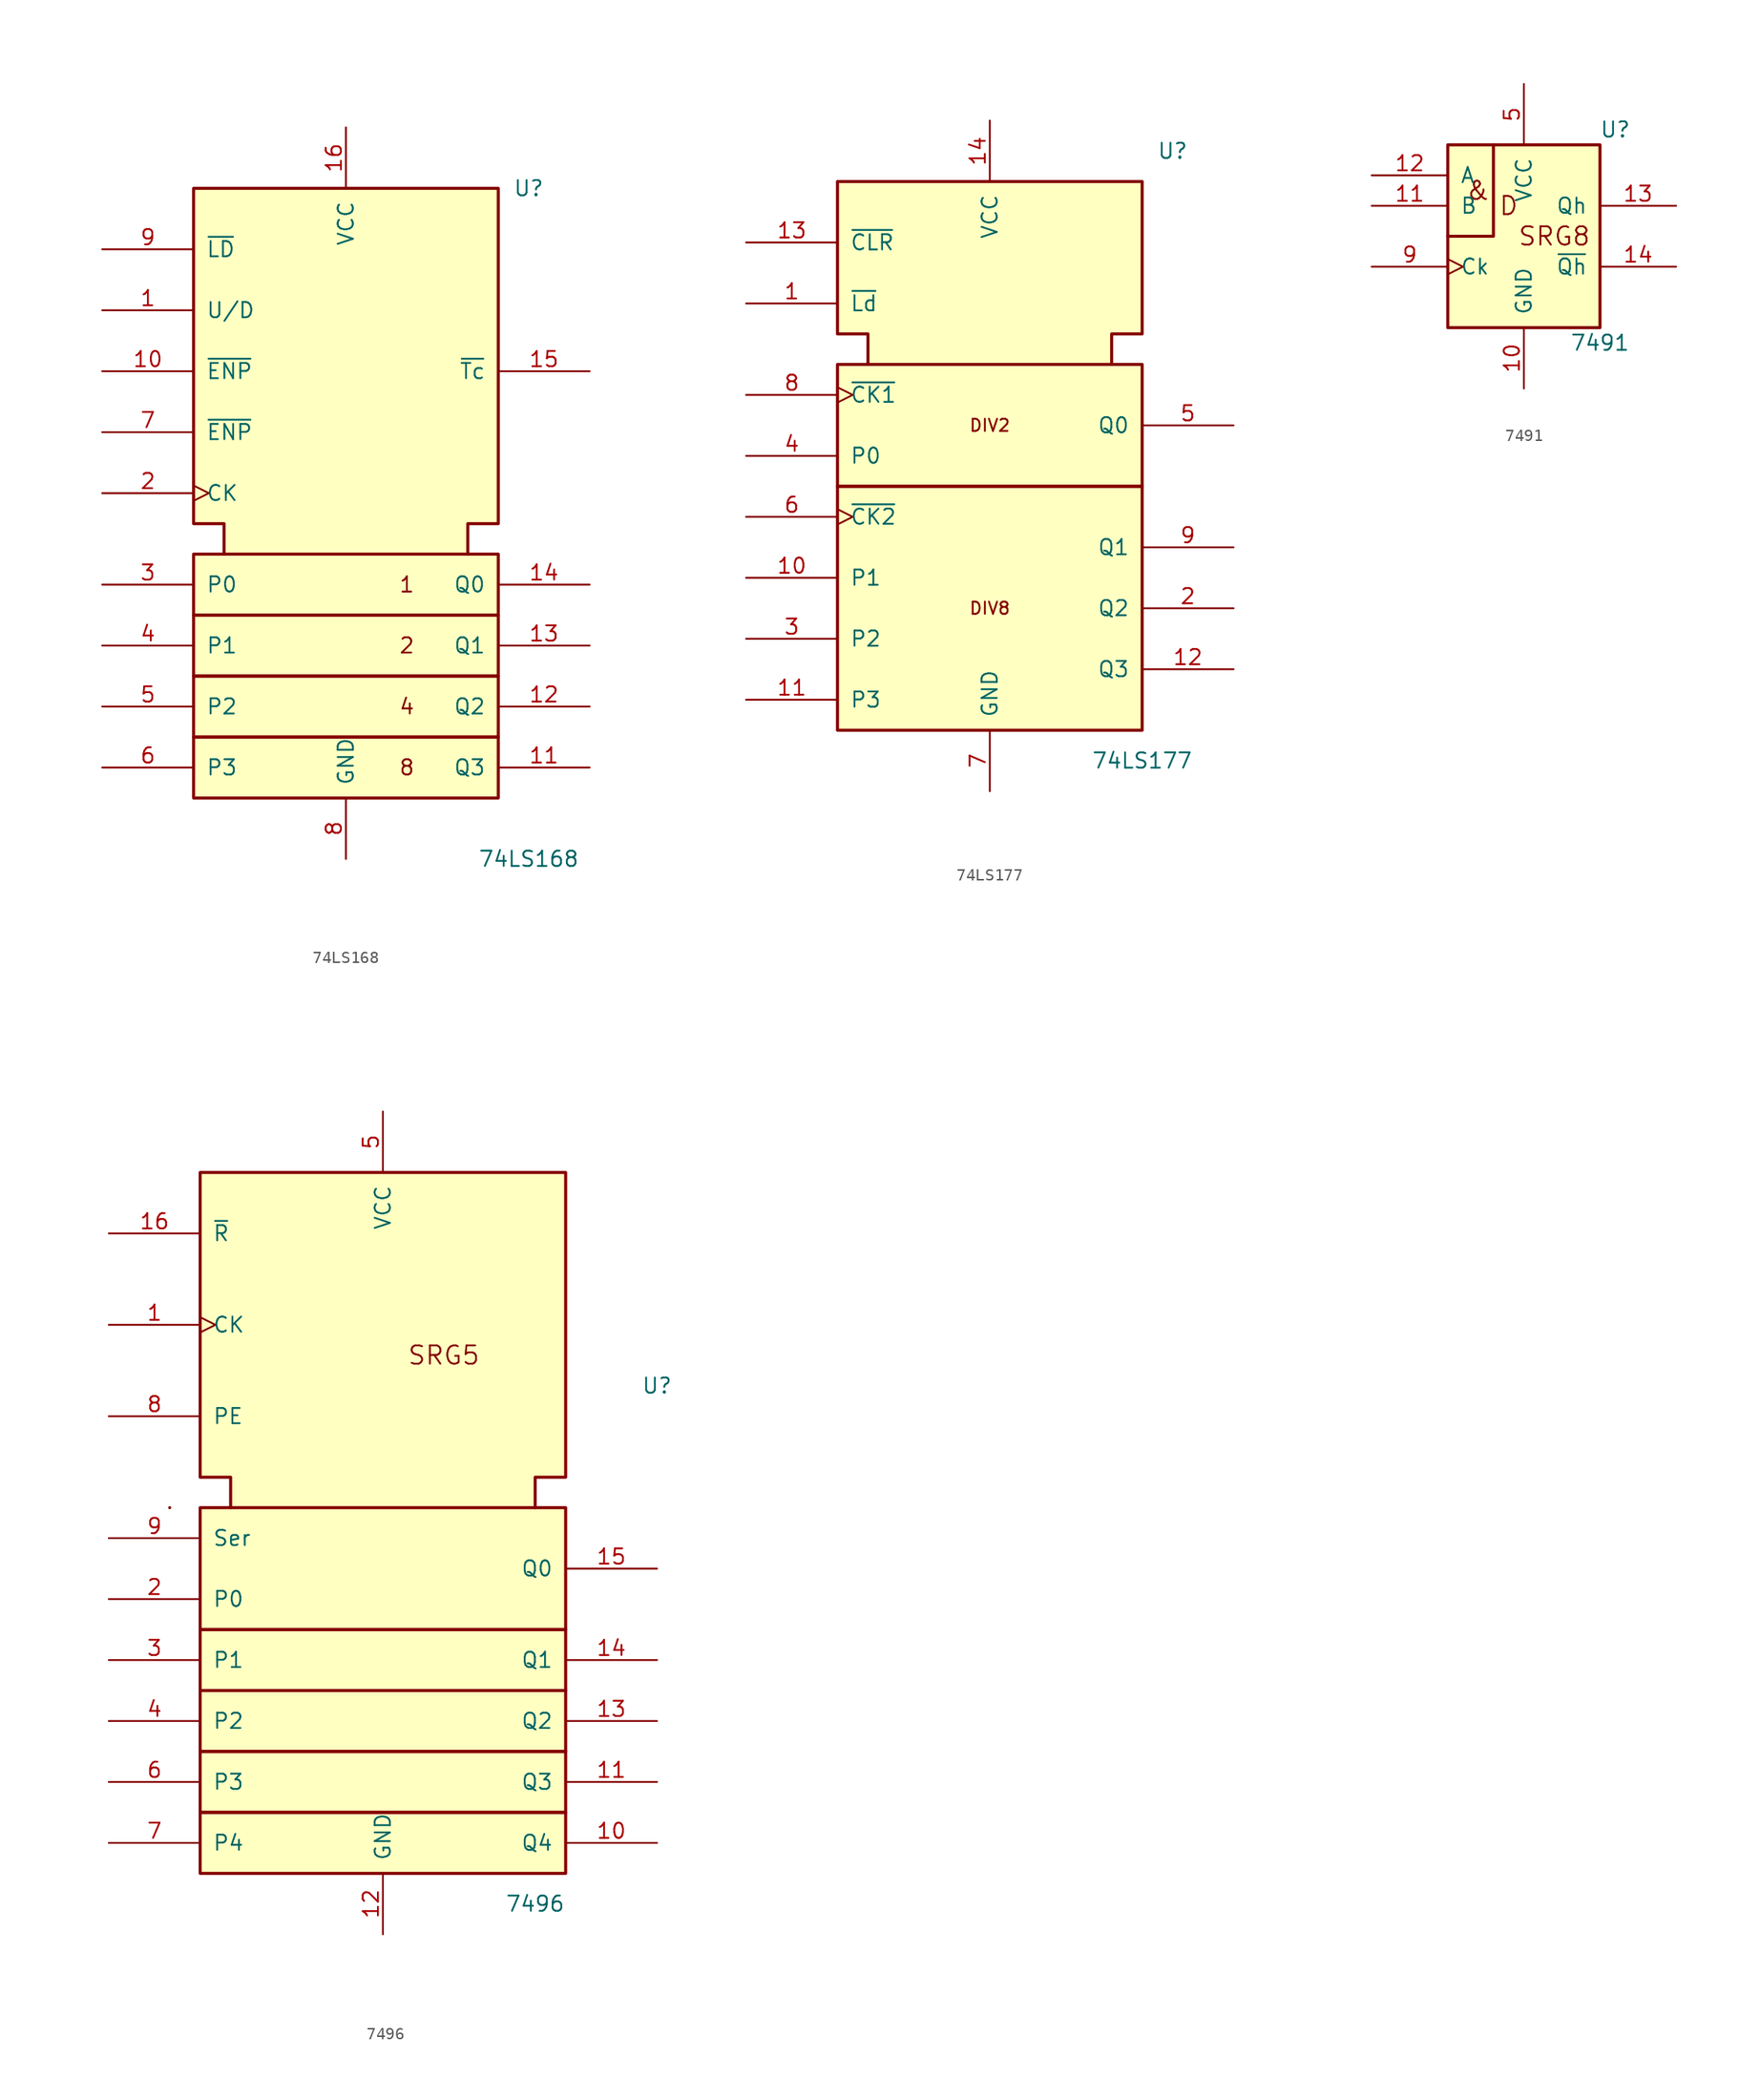
<source format=kicad_sym>
(kicad_symbol_lib
  (version 20231120)
  (generator "kicad_symbol_editor")
  (generator_version "8.0")
  (symbol "74LS168"
    (pin_names
      (offset 1.016))
    (property "Reference" "U"
      (at 15.24 27.94 0)
      (effects (font (size 1.27 1.27))))
    (property "Value" "74LS168"
      (at 15.24 -27.94 0)
      (effects (font (size 1.27 1.27))))
    (symbol "74LS168_0_0"
      (rectangle (start -12.7 -17.78) (end 12.7 -22.86) (stroke (width 0.254) (type default)) (fill (type background)))
      (rectangle (start -12.7 -12.7) (end 12.7 -17.78) (stroke (width 0.254) (type default)) (fill (type background)))
      (rectangle (start -12.7 -7.62) (end 12.7 -12.7) (stroke (width 0.254) (type default)) (fill (type background)))
      (rectangle (start -12.7 -2.54) (end 12.7 -7.62) (stroke (width 0.254) (type default)) (fill (type background)))
      (polyline (pts (xy -10.16 -2.54) (xy -10.16 0) (xy -12.7 0) (xy -12.7 27.94) (xy 12.7 27.94) (xy 12.7 0) (xy 10.16 0) (xy 10.16 -2.54) (xy 10.16 -2.54)) (stroke (width 0.254) (type default)) (fill (type background)))
      (text "1" (at 5.08 -5.08 0) (effects (font (size 1.27 1.27))))
      (text "2" (at 5.08 -10.16 0) (effects (font (size 1.27 1.27))))
      (text "4" (at 5.08 -15.24 0) (effects (font (size 1.27 1.27))))
      (text "8" (at 5.08 -20.32 0) (effects (font (size 1.27 1.27))))
      (pin power_in line (at 0 33.02 270) (length 5.08) (name "VCC" (effects (font (size 1.27 1.27)))) (number "16" (effects (font (size 1.27 1.27)))))
      (pin power_in line (at 0 -27.94 90) (length 5.08) (name "GND" (effects (font (size 1.27 1.27)))) (number "8" (effects (font (size 1.27 1.27))))))
    (symbol "74LS168_1_1"
      (pin input line (at -20.32 17.78 0) (length 7.62) (name "U/D" (effects (font (size 1.27 1.27)))) (number "1" (effects (font (size 1.27 1.27)))))
      (pin input line (at -20.32 12.7 0) (length 7.62) (name "~{ENP}" (effects (font (size 1.27 1.27)))) (number "10" (effects (font (size 1.27 1.27)))))
      (pin output line (at 20.32 -20.32 180) (length 7.62) (name "Q3" (effects (font (size 1.27 1.27)))) (number "11" (effects (font (size 1.27 1.27)))))
      (pin output line (at 20.32 -15.24 180) (length 7.62) (name "Q2" (effects (font (size 1.27 1.27)))) (number "12" (effects (font (size 1.27 1.27)))))
      (pin output line (at 20.32 -10.16 180) (length 7.62) (name "Q1" (effects (font (size 1.27 1.27)))) (number "13" (effects (font (size 1.27 1.27)))))
      (pin output line (at 20.32 -5.08 180) (length 7.62) (name "Q0" (effects (font (size 1.27 1.27)))) (number "14" (effects (font (size 1.27 1.27)))))
      (pin output line (at 20.32 12.7 180) (length 7.62) (name "~{Tc}" (effects (font (size 1.27 1.27)))) (number "15" (effects (font (size 1.27 1.27)))))
      (pin input clock (at -20.32 2.54 0) (length 7.62) (name "CK" (effects (font (size 1.27 1.27)))) (number "2" (effects (font (size 1.27 1.27)))))
      (pin input line (at -20.32 -5.08 0) (length 7.62) (name "P0" (effects (font (size 1.27 1.27)))) (number "3" (effects (font (size 1.27 1.27)))))
      (pin input line (at -20.32 -10.16 0) (length 7.62) (name "P1" (effects (font (size 1.27 1.27)))) (number "4" (effects (font (size 1.27 1.27)))))
      (pin input line (at -20.32 -15.24 0) (length 7.62) (name "P2" (effects (font (size 1.27 1.27)))) (number "5" (effects (font (size 1.27 1.27)))))
      (pin input line (at -20.32 -20.32 0) (length 7.62) (name "P3" (effects (font (size 1.27 1.27)))) (number "6" (effects (font (size 1.27 1.27)))))
      (pin input line (at -20.32 7.62 0) (length 7.62) (name "~{ENP}" (effects (font (size 1.27 1.27)))) (number "7" (effects (font (size 1.27 1.27)))))
      (pin input line (at -20.32 22.86 0) (length 7.62) (name "~{LD}" (effects (font (size 1.27 1.27)))) (number "9" (effects (font (size 1.27 1.27)))))))
  (symbol "74LS177"
    (pin_names
      (offset 1.016))
    (property "Reference" "U"
      (at 15.24 17.78 0)
      (effects (font (size 1.27 1.27))))
    (property "Value" "74LS177"
      (at 12.7 -33.02 0)
      (effects (font (size 1.27 1.27))))
    (symbol "74LS177_0_0"
      (rectangle (start -12.7 -10.16) (end 12.7 -30.48) (stroke (width 0.254) (type default)) (fill (type background)))
      (rectangle (start -12.7 0) (end 12.7 -10.16) (stroke (width 0.254) (type default)) (fill (type background)))
      (polyline (pts (xy -10.16 0) (xy -10.16 2.54) (xy -12.7 2.54) (xy -12.7 15.24) (xy 12.7 15.24) (xy 12.7 2.54) (xy 10.16 2.54) (xy 10.16 0) (xy 10.16 0)) (stroke (width 0.254) (type default)) (fill (type background)))
      (text "DIV2" (at 0 -5.08 0) (effects (font (size 1.016 1.016))))
      (text "DIV8" (at 0 -20.32 0) (effects (font (size 1.016 1.016))))
      (pin power_in line (at 0 20.32 270) (length 5.08) (name "VCC" (effects (font (size 1.27 1.27)))) (number "14" (effects (font (size 1.27 1.27)))))
      (pin power_in line (at 0 -35.56 90) (length 5.08) (name "GND" (effects (font (size 1.27 1.27)))) (number "7" (effects (font (size 1.27 1.27))))))
    (symbol "74LS177_1_1"
      (pin input line (at -20.32 5.08 0) (length 7.62) (name "~{Ld}" (effects (font (size 1.27 1.27)))) (number "1" (effects (font (size 1.27 1.27)))))
      (pin input line (at -20.32 -17.78 0) (length 7.62) (name "P1" (effects (font (size 1.27 1.27)))) (number "10" (effects (font (size 1.27 1.27)))))
      (pin input line (at -20.32 -27.94 0) (length 7.62) (name "P3" (effects (font (size 1.27 1.27)))) (number "11" (effects (font (size 1.27 1.27)))))
      (pin output line (at 20.32 -25.4 180) (length 7.62) (name "Q3" (effects (font (size 1.27 1.27)))) (number "12" (effects (font (size 1.27 1.27)))))
      (pin input line (at -20.32 10.16 0) (length 7.62) (name "~{CLR}" (effects (font (size 1.27 1.27)))) (number "13" (effects (font (size 1.27 1.27)))))
      (pin output line (at 20.32 -20.32 180) (length 7.62) (name "Q2" (effects (font (size 1.27 1.27)))) (number "2" (effects (font (size 1.27 1.27)))))
      (pin input line (at -20.32 -22.86 0) (length 7.62) (name "P2" (effects (font (size 1.27 1.27)))) (number "3" (effects (font (size 1.27 1.27)))))
      (pin input line (at -20.32 -7.62 0) (length 7.62) (name "P0" (effects (font (size 1.27 1.27)))) (number "4" (effects (font (size 1.27 1.27)))))
      (pin output line (at 20.32 -5.08 180) (length 7.62) (name "Q0" (effects (font (size 1.27 1.27)))) (number "5" (effects (font (size 1.27 1.27)))))
      (pin input clock (at -20.32 -12.7 0) (length 7.62) (name "~{CK2}" (effects (font (size 1.27 1.27)))) (number "6" (effects (font (size 1.27 1.27)))))
      (pin input clock (at -20.32 -2.54 0) (length 7.62) (name "~{CK1}" (effects (font (size 1.27 1.27)))) (number "8" (effects (font (size 1.27 1.27)))))
      (pin output line (at 20.32 -15.24 180) (length 7.62) (name "Q1" (effects (font (size 1.27 1.27)))) (number "9" (effects (font (size 1.27 1.27)))))))
  (symbol "7491"
    (pin_names
      (offset 1.016))
    (property "Reference" "U"
      (at 7.62 8.89 0)
      (effects (font (size 1.27 1.27))))
    (property "Value" "7491"
      (at 6.35 -8.89 0)
      (effects (font (size 1.27 1.27))))
    (symbol "7491_0_0"
      (text "&" (at -3.81 3.81 0) (effects (font (size 1.524 1.524))))
      (text "D" (at -1.27 2.54 0) (effects (font (size 1.524 1.524))))
      (text "SRG8" (at 2.54 0 0) (effects (font (size 1.524 1.524))))
      (pin power_in line (at 0 -12.7 90) (length 5.08) (name "GND" (effects (font (size 1.27 1.27)))) (number "10" (effects (font (size 1.27 1.27)))))
      (pin power_in line (at 0 12.7 270) (length 5.08) (name "VCC" (effects (font (size 1.27 1.27)))) (number "5" (effects (font (size 1.27 1.27))))))
    (symbol "7491_0_1"
      (rectangle (start -6.35 7.62) (end 6.35 -7.62) (stroke (width 0.254) (type default)) (fill (type background)))
      (polyline (pts (xy -2.54 7.62) (xy -2.54 0) (xy -6.35 0) (xy -6.35 0)) (stroke (width 0.254) (type default)) (fill (type background))))
    (symbol "7491_1_1"
      (pin input line (at -12.7 2.54 0) (length 6.35) (name "B" (effects (font (size 1.27 1.27)))) (number "11" (effects (font (size 1.27 1.27)))))
      (pin input line (at -12.7 5.08 0) (length 6.35) (name "A" (effects (font (size 1.27 1.27)))) (number "12" (effects (font (size 1.27 1.27)))))
      (pin output line (at 12.7 2.54 180) (length 6.35) (name "Qh" (effects (font (size 1.27 1.27)))) (number "13" (effects (font (size 1.27 1.27)))))
      (pin output line (at 12.7 -2.54 180) (length 6.35) (name "~{Qh}" (effects (font (size 1.27 1.27)))) (number "14" (effects (font (size 1.27 1.27)))))
      (pin input clock (at -12.7 -2.54 0) (length 6.35) (name "Ck" (effects (font (size 1.27 1.27)))) (number "9" (effects (font (size 1.27 1.27)))))))
  (symbol "7496"
    (pin_names
      (offset 1.016))
    (property "Reference" "U"
      (at 22.86 10.16 0)
      (effects (font (size 1.27 1.27))))
    (property "Value" "7496"
      (at 12.7 -33.02 0)
      (effects (font (size 1.27 1.27))))
    (symbol "7496_0_0"
      (polyline (pts (xy -17.78 0) (xy -17.78 0)) (stroke (width 0.254) (type default)) (fill (type background)))
      (text "SRG5" (at 5.08 12.7 0) (effects (font (size 1.524 1.524))))
      (pin power_in line (at 0 -35.56 90) (length 5.08) (name "GND" (effects (font (size 1.27 1.27)))) (number "12" (effects (font (size 1.27 1.27)))))
      (pin power_in line (at 0 33.02 270) (length 5.08) (name "VCC" (effects (font (size 1.27 1.27)))) (number "5" (effects (font (size 1.27 1.27))))))
    (symbol "7496_0_1"
      (rectangle (start -15.24 -25.4) (end 15.24 -30.48) (stroke (width 0.254) (type default)) (fill (type background)))
      (rectangle (start -15.24 -20.32) (end 15.24 -25.4) (stroke (width 0.254) (type default)) (fill (type background)))
      (rectangle (start -15.24 -15.24) (end 15.24 -20.32) (stroke (width 0.254) (type default)) (fill (type background)))
      (rectangle (start -15.24 -10.16) (end 15.24 -15.24) (stroke (width 0.254) (type default)) (fill (type background)))
      (rectangle (start -15.24 0) (end 15.24 -10.16) (stroke (width 0.254) (type default)) (fill (type background)))
      (polyline (pts (xy -12.7 0) (xy -12.7 2.54) (xy -15.24 2.54) (xy -15.24 27.94) (xy 15.24 27.94) (xy 15.24 2.54) (xy 12.7 2.54) (xy 12.7 0) (xy 12.7 0)) (stroke (width 0.254) (type default)) (fill (type background))))
    (symbol "7496_1_1"
      (pin input clock (at -22.86 15.24 0) (length 7.62) (name "CK" (effects (font (size 1.27 1.27)))) (number "1" (effects (font (size 1.27 1.27)))))
      (pin output line (at 22.86 -27.94 180) (length 7.62) (name "Q4" (effects (font (size 1.27 1.27)))) (number "10" (effects (font (size 1.27 1.27)))))
      (pin output line (at 22.86 -22.86 180) (length 7.62) (name "Q3" (effects (font (size 1.27 1.27)))) (number "11" (effects (font (size 1.27 1.27)))))
      (pin output line (at 22.86 -17.78 180) (length 7.62) (name "Q2" (effects (font (size 1.27 1.27)))) (number "13" (effects (font (size 1.27 1.27)))))
      (pin output line (at 22.86 -12.7 180) (length 7.62) (name "Q1" (effects (font (size 1.27 1.27)))) (number "14" (effects (font (size 1.27 1.27)))))
      (pin output line (at 22.86 -5.08 180) (length 7.62) (name "Q0" (effects (font (size 1.27 1.27)))) (number "15" (effects (font (size 1.27 1.27)))))
      (pin input line (at -22.86 22.86 0) (length 7.62) (name "~{R}" (effects (font (size 1.27 1.27)))) (number "16" (effects (font (size 1.27 1.27)))))
      (pin input line (at -22.86 -7.62 0) (length 7.62) (name "P0" (effects (font (size 1.27 1.27)))) (number "2" (effects (font (size 1.27 1.27)))))
      (pin input line (at -22.86 -12.7 0) (length 7.62) (name "P1" (effects (font (size 1.27 1.27)))) (number "3" (effects (font (size 1.27 1.27)))))
      (pin input line (at -22.86 -17.78 0) (length 7.62) (name "P2" (effects (font (size 1.27 1.27)))) (number "4" (effects (font (size 1.27 1.27)))))
      (pin input line (at -22.86 -22.86 0) (length 7.62) (name "P3" (effects (font (size 1.27 1.27)))) (number "6" (effects (font (size 1.27 1.27)))))
      (pin input line (at -22.86 -27.94 0) (length 7.62) (name "P4" (effects (font (size 1.27 1.27)))) (number "7" (effects (font (size 1.27 1.27)))))
      (pin input line (at -22.86 7.62 0) (length 7.62) (name "PE" (effects (font (size 1.27 1.27)))) (number "8" (effects (font (size 1.27 1.27)))))
      (pin input line (at -22.86 -2.54 0) (length 7.62) (name "Ser" (effects (font (size 1.27 1.27)))) (number "9" (effects (font (size 1.27 1.27))))))))
</source>
